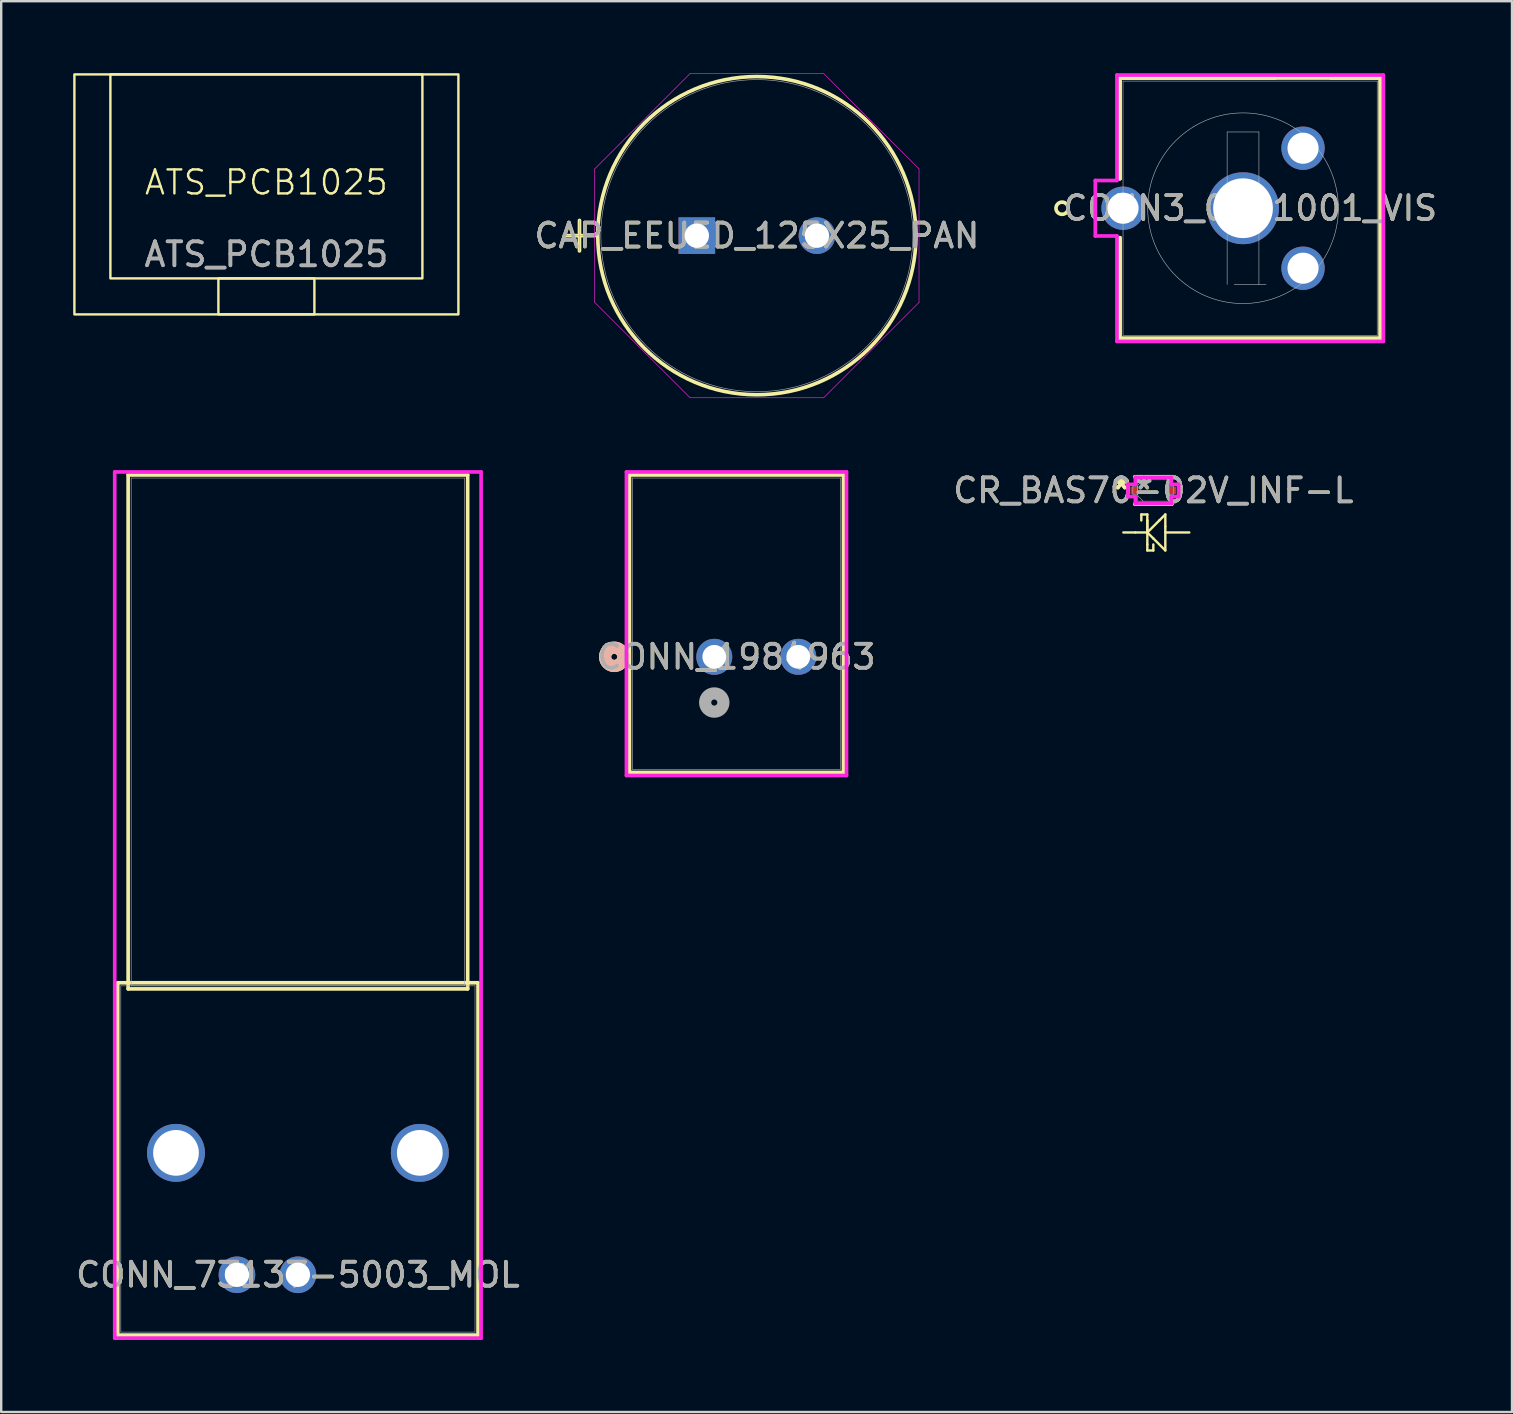
<source format=kicad_pcb>
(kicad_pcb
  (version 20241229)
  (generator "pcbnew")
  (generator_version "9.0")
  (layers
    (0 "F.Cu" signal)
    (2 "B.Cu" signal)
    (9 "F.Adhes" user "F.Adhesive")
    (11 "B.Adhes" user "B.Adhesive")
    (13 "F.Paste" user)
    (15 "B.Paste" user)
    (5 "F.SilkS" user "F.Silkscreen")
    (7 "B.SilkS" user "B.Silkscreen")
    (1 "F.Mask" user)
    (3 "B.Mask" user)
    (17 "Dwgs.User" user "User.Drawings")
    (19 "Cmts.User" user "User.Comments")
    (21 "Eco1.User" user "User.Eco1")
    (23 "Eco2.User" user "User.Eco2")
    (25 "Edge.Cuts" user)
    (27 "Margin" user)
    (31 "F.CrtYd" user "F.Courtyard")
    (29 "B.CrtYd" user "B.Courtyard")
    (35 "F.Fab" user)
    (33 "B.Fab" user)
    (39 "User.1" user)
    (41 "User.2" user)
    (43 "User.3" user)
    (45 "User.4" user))
  (footprint "CONN_1984963"
    (layer "F.Cu")
    (at 28.562 24.318)
    (property "Reference" "CONN_1984963" (at -0.925 0 0) (unlocked yes) (layer "F.SilkS") (effects (font (size 1 1) (thickness 0.15))))
    (attr through_hole)
    (fp_line (start -5.383 -7.577) (end -5.383 4.818) (stroke (width 0.152) (type solid)) (layer "F.SilkS"))
    (fp_line (start -5.383 4.818) (end 3.533 4.818) (stroke (width 0.152) (type solid)) (layer "F.SilkS"))
    (fp_line (start 3.533 -7.577) (end -5.383 -7.577) (stroke (width 0.152) (type solid)) (layer "F.SilkS"))
    (fp_line (start 3.533 4.818) (end 3.533 -7.577) (stroke (width 0.152) (type solid)) (layer "F.SilkS"))
    (fp_circle (center -6.018 0) (end -5.637 0) (stroke (width 0.508) (type solid)) (fill no) (layer "F.SilkS"))
    (fp_circle (center -6.018 0) (end -5.637 0) (stroke (width 0.508) (type solid)) (fill no) (layer "B.SilkS"))
    (fp_line (start -5.51 -7.704) (end -5.51 4.945) (stroke (width 0.152) (type solid)) (layer "F.CrtYd"))
    (fp_line (start -5.51 4.945) (end 3.66 4.945) (stroke (width 0.152) (type solid)) (layer "F.CrtYd"))
    (fp_line (start 3.66 -7.704) (end -5.51 -7.704) (stroke (width 0.152) (type solid)) (layer "F.CrtYd"))
    (fp_line (start 3.66 4.945) (end 3.66 -7.704) (stroke (width 0.152) (type solid)) (layer "F.CrtYd"))
    (fp_line (start -5.256 -7.45) (end -5.256 4.691) (stroke (width 0.025) (type solid)) (layer "F.Fab"))
    (fp_line (start -5.256 4.691) (end 3.406 4.691) (stroke (width 0.025) (type solid)) (layer "F.Fab"))
    (fp_line (start 3.406 -7.45) (end -5.256 -7.45) (stroke (width 0.025) (type solid)) (layer "F.Fab"))
    (fp_line (start 3.406 4.691) (end 3.406 -7.45) (stroke (width 0.025) (type solid)) (layer "F.Fab"))
    (fp_circle (center -1.85 1.905) (end -1.469 1.905) (stroke (width 0.508) (type solid)) (fill no) (layer "F.Fab"))
    (fp_text user "${REFERENCE}" (at -0.925 0 0) (unlocked yes) (layer "F.Fab") (effects (font (size 1 1) (thickness 0.15))))
    (pad "1" thru_hole circle (at -1.85 0) (size 1.499 1.499) (drill 0.991) (layers "*.Cu" "*.Mask"))
    (pad "2" thru_hole circle (at 1.65 0) (size 1.499 1.499) (drill 0.991) (layers "*.Cu" "*.Mask")))
  (footprint "CR_BAS70-02V_INF-L"
    (layer "F.Cu")
    (at 45.006 17.386)
    (property "Reference" "CR_BAS70-02V_INF-L" (at 0 0 0) (unlocked yes) (layer "F.SilkS") (effects (font (size 1 1) (thickness 0.15))))
    (attr smd)
    (fp_line (start -0.775 0.572) (end 0.775 0.572) (stroke (width 0.152) (type solid)) (layer "F.SilkS"))
    (fp_line (start -0.75 1.75) (end -1.25 1.75) (stroke (width 0.1) (type default)) (layer "F.SilkS"))
    (fp_line (start -0.5 1) (end -0.5 1.25) (stroke (width 0.1) (type default)) (layer "F.SilkS"))
    (fp_line (start -0.25 1) (end -0.5 1) (stroke (width 0.1) (type default)) (layer "F.SilkS"))
    (fp_line (start -0.25 1.25) (end -0.25 1) (stroke (width 0.1) (type default)) (layer "F.SilkS"))
    (fp_line (start -0.25 1.25) (end -0.25 2.25) (stroke (width 0.1) (type default)) (layer "F.SilkS"))
    (fp_line (start -0.25 1.75) (end -0.75 1.75) (stroke (width 0.1) (type default)) (layer "F.SilkS"))
    (fp_line (start -0.25 1.75) (end -0.25 1.25) (stroke (width 0.1) (type default)) (layer "F.SilkS"))
    (fp_line (start -0.25 1.75) (end 0 2) (stroke (width 0.1) (type default)) (layer "F.SilkS"))
    (fp_line (start -0.25 1.75) (end 0.25 1.25) (stroke (width 0.1) (type default)) (layer "F.SilkS"))
    (fp_line (start -0.25 2.25) (end -0.25 2.5) (stroke (width 0.1) (type default)) (layer "F.SilkS"))
    (fp_line (start -0.25 2.5) (end 0 2.5) (stroke (width 0.1) (type default)) (layer "F.SilkS"))
    (fp_line (start 0 2.5) (end 0 2.25) (stroke (width 0.1) (type default)) (layer "F.SilkS"))
    (fp_line (start 0.5 1) (end 0.25 1.25) (stroke (width 0.1) (type default)) (layer "F.SilkS"))
    (fp_line (start 0.5 1.5) (end 0.5 1) (stroke (width 0.1) (type default)) (layer "F.SilkS"))
    (fp_line (start 0.5 1.5) (end 0.5 2.5) (stroke (width 0.1) (type default)) (layer "F.SilkS"))
    (fp_line (start 0.5 1.75) (end 1.5 1.75) (stroke (width 0.1) (type default)) (layer "F.SilkS"))
    (fp_line (start 0.5 2.5) (end 0 2) (stroke (width 0.1) (type default)) (layer "F.SilkS"))
    (fp_line (start 0.775 -0.572) (end -0.775 -0.572) (stroke (width 0.152) (type solid)) (layer "F.SilkS"))
    (fp_line (start -1.054 -0.254) (end -0.749 -0.254) (stroke (width 0.152) (type solid)) (layer "F.CrtYd"))
    (fp_line (start -1.054 0.254) (end -1.054 -0.254) (stroke (width 0.152) (type solid)) (layer "F.CrtYd"))
    (fp_line (start -0.749 -0.546) (end 0.749 -0.546) (stroke (width 0.152) (type solid)) (layer "F.CrtYd"))
    (fp_line (start -0.749 -0.254) (end -0.749 -0.546) (stroke (width 0.152) (type solid)) (layer "F.CrtYd"))
    (fp_line (start -0.749 0.254) (end -1.054 0.254) (stroke (width 0.152) (type solid)) (layer "F.CrtYd"))
    (fp_line (start -0.749 0.546) (end -0.749 0.254) (stroke (width 0.152) (type solid)) (layer "F.CrtYd"))
    (fp_line (start 0.749 -0.546) (end 0.749 -0.254) (stroke (width 0.152) (type solid)) (layer "F.CrtYd"))
    (fp_line (start 0.749 -0.254) (end 1.054 -0.254) (stroke (width 0.152) (type solid)) (layer "F.CrtYd"))
    (fp_line (start 0.749 0.254) (end 0.749 0.546) (stroke (width 0.152) (type solid)) (layer "F.CrtYd"))
    (fp_line (start 0.749 0.546) (end -0.749 0.546) (stroke (width 0.152) (type solid)) (layer "F.CrtYd"))
    (fp_line (start 1.054 -0.254) (end 1.054 0.254) (stroke (width 0.152) (type solid)) (layer "F.CrtYd"))
    (fp_line (start 1.054 0.254) (end 0.749 0.254) (stroke (width 0.152) (type solid)) (layer "F.CrtYd"))
    (fp_line (start -0.851 -0.178) (end -0.851 0.178) (stroke (width 0.025) (type solid)) (layer "F.Fab"))
    (fp_line (start -0.851 0.178) (end -0.648 0.178) (stroke (width 0.025) (type solid)) (layer "F.Fab"))
    (fp_line (start -0.648 -0.445) (end -0.648 0.445) (stroke (width 0.025) (type solid)) (layer "F.Fab"))
    (fp_line (start -0.648 -0.222) (end -0.425 -0.445) (stroke (width 0.025) (type solid)) (layer "F.Fab"))
    (fp_line (start -0.648 -0.178) (end -0.851 -0.178) (stroke (width 0.025) (type solid)) (layer "F.Fab"))
    (fp_line (start -0.648 0.178) (end -0.648 -0.178) (stroke (width 0.025) (type solid)) (layer "F.Fab"))
    (fp_line (start -0.648 0.222) (end -0.425 0.445) (stroke (width 0.025) (type solid)) (layer "F.Fab"))
    (fp_line (start -0.648 0.445) (end 0.648 0.445) (stroke (width 0.025) (type solid)) (layer "F.Fab"))
    (fp_line (start 0.648 -0.445) (end -0.648 -0.445) (stroke (width 0.025) (type solid)) (layer "F.Fab"))
    (fp_line (start 0.648 -0.178) (end 0.648 0.178) (stroke (width 0.025) (type solid)) (layer "F.Fab"))
    (fp_line (start 0.648 0.178) (end 0.851 0.178) (stroke (width 0.025) (type solid)) (layer "F.Fab"))
    (fp_line (start 0.648 0.445) (end 0.648 -0.445) (stroke (width 0.025) (type solid)) (layer "F.Fab"))
    (fp_line (start 0.851 -0.178) (end 0.648 -0.178) (stroke (width 0.025) (type solid)) (layer "F.Fab"))
    (fp_line (start 0.851 0.178) (end 0.851 -0.178) (stroke (width 0.025) (type solid)) (layer "F.Fab"))
    (fp_text user "*" (at -1.333 0 0) (layer "F.SilkS") (effects (font (size 1 1) (thickness 0.15))))
    (fp_text user "*" (at -1.333 0 0) (unlocked yes) (layer "F.SilkS") (effects (font (size 1 1) (thickness 0.15))))
    (fp_text user "${REFERENCE}" (at 0 0 0) (unlocked yes) (layer "F.Fab") (effects (font (size 1 1) (thickness 0.15))))
    (fp_text user "*" (at -0.394 0 0) (layer "F.Fab") (effects (font (size 1 1) (thickness 0.15))))
    (fp_text user "*" (at -0.394 0 0) (unlocked yes) (layer "F.Fab") (effects (font (size 1 1) (thickness 0.15))))
    (pad "1" smd rect (at -0.8 0) (size 0.305 0.305) (layers "F.Cu" "F.Mask" "F.Paste"))
    (pad "2" smd rect (at 0.8 0) (size 0.305 0.305) (layers "F.Cu" "F.Mask" "F.Paste"))
    (zone (net_name "") (layer "F.Cu") (hatch full 0.508) (connect_pads) (min_thickness 0.254) (filled_areas_thickness no) (keepout (tracks not_allowed) (vias not_allowed) (pads allowed) (copperpour not_allowed) (footprints allowed)) (placement (enabled no)) (fill) (polygon (pts (xy 44.409 16.993) (xy 45.603 16.993) (xy 45.603 17.78) (xy 44.409 17.78)))))
  (footprint "CONN3_0801001_VIS"
    (layer "F.Cu")
    (at 43.744 5.626)
    (property "Reference" "CONN3_0801001_VIS" (at 5.296 0 0) (unlocked yes) (layer "F.SilkS") (effects (font (size 1 1) (thickness 0.15))))
    (attr through_hole)
    (fp_line (start -0.127 -5.423) (end -0.127 -1.228) (stroke (width 0.152) (type solid)) (layer "F.SilkS"))
    (fp_line (start -0.127 -5.423) (end 10.719 -5.423) (stroke (width 0.152) (type solid)) (layer "F.SilkS"))
    (fp_line (start -0.127 -1.228) (end -0.127 -5.423) (stroke (width 0.152) (type solid)) (layer "F.SilkS"))
    (fp_line (start -0.127 1.228) (end -0.127 5.423) (stroke (width 0.152) (type solid)) (layer "F.SilkS"))
    (fp_line (start -0.127 5.423) (end -0.127 1.228) (stroke (width 0.152) (type solid)) (layer "F.SilkS"))
    (fp_line (start -0.127 5.423) (end 10.719 5.423) (stroke (width 0.152) (type solid)) (layer "F.SilkS"))
    (fp_line (start 6.34 -5.423) (end -0.127 -5.423) (stroke (width 0.152) (type solid)) (layer "F.SilkS"))
    (fp_line (start 10.719 -5.423) (end 8.66 -5.423) (stroke (width 0.152) (type solid)) (layer "F.SilkS"))
    (fp_line (start 10.719 -5.423) (end 10.719 5.423) (stroke (width 0.152) (type solid)) (layer "F.SilkS"))
    (fp_line (start 10.719 5.423) (end -0.127 5.423) (stroke (width 0.152) (type solid)) (layer "F.SilkS"))
    (fp_line (start 10.719 5.423) (end 10.719 -5.423) (stroke (width 0.152) (type solid)) (layer "F.SilkS"))
    (fp_circle (center -2.54 0) (end -2.286 0) (stroke (width 0.152) (type solid)) (fill no) (layer "F.SilkS"))
    (fp_line (start -1.156 -1.156) (end -1.156 1.156) (stroke (width 0.152) (type solid)) (layer "F.CrtYd"))
    (fp_line (start -1.156 1.156) (end -0.254 1.156) (stroke (width 0.152) (type solid)) (layer "F.CrtYd"))
    (fp_line (start -0.254 -5.55) (end -0.254 -1.156) (stroke (width 0.152) (type solid)) (layer "F.CrtYd"))
    (fp_line (start -0.254 -1.156) (end -1.156 -1.156) (stroke (width 0.152) (type solid)) (layer "F.CrtYd"))
    (fp_line (start -0.254 1.156) (end -0.254 5.55) (stroke (width 0.152) (type solid)) (layer "F.CrtYd"))
    (fp_line (start -0.254 5.55) (end 10.846 5.55) (stroke (width 0.152) (type solid)) (layer "F.CrtYd"))
    (fp_line (start 10.846 -5.55) (end -0.254 -5.55) (stroke (width 0.152) (type solid)) (layer "F.CrtYd"))
    (fp_line (start 10.846 5.55) (end 10.846 -5.55) (stroke (width 0.152) (type solid)) (layer "F.CrtYd"))
    (fp_line (start 0 -5.296) (end 0 5.296) (stroke (width 0.025) (type solid)) (layer "F.Fab"))
    (fp_line (start 0 5.296) (end 10.592 5.296) (stroke (width 0.025) (type solid)) (layer "F.Fab"))
    (fp_line (start 4.338 -3.178) (end 4.338 3.178) (stroke (width 0.025) (type solid)) (layer "F.Fab"))
    (fp_line (start 4.338 -3.178) (end 5.662 -3.178) (stroke (width 0.025) (type solid)) (layer "F.Fab"))
    (fp_line (start 4.634 3.178) (end 5.958 3.178) (stroke (width 0.025) (type solid)) (layer "F.Fab"))
    (fp_line (start 5.662 -3.178) (end 5.662 3.178) (stroke (width 0.025) (type solid)) (layer "F.Fab"))
    (fp_line (start 10.592 -5.296) (end 0 -5.296) (stroke (width 0.025) (type solid)) (layer "F.Fab"))
    (fp_line (start 10.592 5.296) (end 10.592 -5.296) (stroke (width 0.025) (type solid)) (layer "F.Fab"))
    (fp_circle (center 0.178 0) (end 0.432 0) (stroke (width 0.025) (type solid)) (fill no) (layer "F.Fab"))
    (fp_circle (center 5 0) (end 8.972 0) (stroke (width 0.025) (type solid)) (fill no) (layer "F.Fab"))
    (fp_text user "${REFERENCE}" (at 5.296 0 0) (unlocked yes) (layer "F.Fab") (effects (font (size 1 1) (thickness 0.15))))
    (pad "1" thru_hole circle (at 0 0) (size 1.803 1.803) (drill 1.295) (layers "*.Cu" "*.Mask"))
    (pad "2" thru_hole circle (at 7.5 -2.5) (size 1.803 1.803) (drill 1.295) (layers "*.Cu" "*.Mask"))
    (pad "3" thru_hole circle (at 7.5 2.5) (size 1.803 1.803) (drill 1.295) (layers "*.Cu" "*.Mask"))
    (pad "4" thru_hole circle (at 5 0) (size 2.997 2.997) (drill 2.489) (layers "*.Cu" "*.Mask")))
  (footprint "CONN_73137-5003_MOL"
    (layer "F.Cu")
    (at 9.363 50.067)
    (property "Reference" "CONN_73137-5003_MOL" (at 0 0 0) (unlocked yes) (layer "F.SilkS") (effects (font (size 1 1) (thickness 0.15))))
    (attr through_hole)
    (fp_line (start -7.506 -12.167) (end -7.506 2.514) (stroke (width 0.152) (type solid)) (layer "F.SilkS"))
    (fp_line (start -7.506 2.514) (end 7.506 2.514) (stroke (width 0.152) (type solid)) (layer "F.SilkS"))
    (fp_line (start -7.074 -33.325) (end -7.074 -11.913) (stroke (width 0.152) (type solid)) (layer "F.SilkS"))
    (fp_line (start -7.074 -11.913) (end 7.074 -11.913) (stroke (width 0.152) (type solid)) (layer "F.SilkS"))
    (fp_line (start 7.074 -33.325) (end -7.074 -33.325) (stroke (width 0.152) (type solid)) (layer "F.SilkS"))
    (fp_line (start 7.074 -11.913) (end 7.074 -33.325) (stroke (width 0.152) (type solid)) (layer "F.SilkS"))
    (fp_line (start 7.506 -12.167) (end -7.506 -12.167) (stroke (width 0.152) (type solid)) (layer "F.SilkS"))
    (fp_line (start 7.506 2.514) (end 7.506 -12.167) (stroke (width 0.152) (type solid)) (layer "F.SilkS"))
    (fp_line (start -7.633 -33.452) (end -7.633 2.641) (stroke (width 0.152) (type solid)) (layer "F.CrtYd"))
    (fp_line (start -7.633 2.641) (end 7.633 2.641) (stroke (width 0.152) (type solid)) (layer "F.CrtYd"))
    (fp_line (start 7.633 -33.452) (end -7.633 -33.452) (stroke (width 0.152) (type solid)) (layer "F.CrtYd"))
    (fp_line (start 7.633 2.641) (end 7.633 -33.452) (stroke (width 0.152) (type solid)) (layer "F.CrtYd"))
    (fp_line (start -7.379 -12.04) (end -7.379 2.387) (stroke (width 0.025) (type solid)) (layer "F.Fab"))
    (fp_line (start -7.379 2.387) (end 7.379 2.387) (stroke (width 0.025) (type solid)) (layer "F.Fab"))
    (fp_line (start -6.947 -33.198) (end -6.947 -12.04) (stroke (width 0.025) (type solid)) (layer "F.Fab"))
    (fp_line (start -6.947 -12.04) (end 6.947 -12.04) (stroke (width 0.025) (type solid)) (layer "F.Fab"))
    (fp_line (start 6.947 -33.198) (end -6.947 -33.198) (stroke (width 0.025) (type solid)) (layer "F.Fab"))
    (fp_line (start 6.947 -12.04) (end 6.947 -33.198) (stroke (width 0.025) (type solid)) (layer "F.Fab"))
    (fp_line (start 7.379 -12.04) (end -7.379 -12.04) (stroke (width 0.025) (type solid)) (layer "F.Fab"))
    (fp_line (start 7.379 2.387) (end 7.379 -12.04) (stroke (width 0.025) (type solid)) (layer "F.Fab"))
    (fp_text user "*" (at -2.54 0 0) (unlocked yes) (layer "F.SilkS") (effects (font (size 1 1) (thickness 0.15))))
    (fp_text user "*" (at -2.54 0 0) (layer "F.SilkS") (effects (font (size 1 1) (thickness 0.15))))
    (fp_text user "*" (at -2.54 0 0) (unlocked yes) (layer "F.Fab") (effects (font (size 1 1) (thickness 0.15))))
    (fp_text user "${REFERENCE}" (at 0 0 0) (unlocked yes) (layer "F.Fab") (effects (font (size 1 1) (thickness 0.15))))
    (fp_text user "*" (at -2.54 0 0) (layer "F.Fab") (effects (font (size 1 1) (thickness 0.15))))
    (pad "1" thru_hole circle (at 0 0) (size 1.524 1.524) (drill 1.016) (layers "*.Cu" "*.Mask"))
    (pad "2" thru_hole circle (at -2.54 0) (size 1.524 1.524) (drill 1.016) (layers "*.Cu" "*.Mask"))
    (pad "3" thru_hole circle (at -5.08 -5.08) (size 2.413 2.413) (drill 1.905) (layers "*.Cu" "*.Mask"))
    (pad "4" thru_hole circle (at 5.08 -5.08) (size 2.413 2.413) (drill 1.905) (layers "*.Cu" "*.Mask")))
  (footprint "CAP_EEUED_125X25_PAN"
    (layer "F.Cu")
    (at 25.985 6.769)
    (property "Reference" "CAP_EEUED_125X25_PAN" (at 2.502 0 0) (unlocked yes) (layer "F.SilkS") (effects (font (size 1 1) (thickness 0.15))))
    (attr through_hole)
    (fp_line (start -5.524 0) (end -4.255 0) (stroke (width 0.152) (type solid)) (layer "F.SilkS"))
    (fp_line (start -4.889 -0.635) (end -4.889 0.635) (stroke (width 0.152) (type solid)) (layer "F.SilkS"))
    (fp_circle (center 2.502 0) (end 9.131 0) (stroke (width 0.152) (type solid)) (fill no) (layer "F.SilkS"))
    (fp_line (start -4.255 -2.782) (end -0.28 -6.756) (stroke (width 0.025) (type solid)) (layer "F.CrtYd"))
    (fp_line (start -4.255 2.782) (end -4.255 -2.782) (stroke (width 0.025) (type solid)) (layer "F.CrtYd"))
    (fp_line (start -0.28 -6.756) (end 5.284 -6.756) (stroke (width 0.025) (type solid)) (layer "F.CrtYd"))
    (fp_line (start -0.28 6.756) (end -4.255 2.782) (stroke (width 0.025) (type solid)) (layer "F.CrtYd"))
    (fp_line (start 5.284 -6.756) (end 9.258 -2.782) (stroke (width 0.025) (type solid)) (layer "F.CrtYd"))
    (fp_line (start 5.284 6.756) (end -0.28 6.756) (stroke (width 0.025) (type solid)) (layer "F.CrtYd"))
    (fp_line (start 9.258 -2.782) (end 9.258 2.782) (stroke (width 0.025) (type solid)) (layer "F.CrtYd"))
    (fp_line (start 9.258 2.782) (end 5.284 6.756) (stroke (width 0.025) (type solid)) (layer "F.CrtYd"))
    (fp_line (start -5.524 0) (end -4.255 0) (stroke (width 0.025) (type solid)) (layer "F.Fab"))
    (fp_line (start -4.889 -0.635) (end -4.889 0.635) (stroke (width 0.025) (type solid)) (layer "F.Fab"))
    (fp_circle (center 2.502 0) (end 9.004 0) (stroke (width 0.025) (type solid)) (fill no) (layer "F.Fab"))
    (fp_text user "${REFERENCE}" (at 2.502 0 0) (unlocked yes) (layer "F.Fab") (effects (font (size 1 1) (thickness 0.15))))
    (pad "1" thru_hole rect (at 0 0) (size 1.524 1.524) (drill 1.016) (layers "*.Cu" "*.Mask"))
    (pad "2" thru_hole circle (at 5.004 0) (size 1.524 1.524) (drill 1.016) (layers "*.Cu" "*.Mask")))
  (footprint "ATS_PCB1025"
    (layer "F.Cu")
    (at 8.05 5.05)
    (property "Reference" "ATS_PCB1025" (at 0 -0.5 0) (unlocked yes) (layer "F.SilkS") (effects (font (size 1 1) (thickness 0.1))))
    (fp_rect (start -8 -5) (end 8 5) (stroke (width 0.1) (type default)) (fill no) (layer "F.SilkS"))
    (fp_rect (start -6.5 -5) (end 6.5 3.5) (stroke (width 0.1) (type default)) (fill no) (layer "F.SilkS"))
    (fp_rect (start -2 3.5) (end 2 5) (stroke (width 0.1) (type default)) (fill no) (layer "F.SilkS"))
    (fp_text user "${REFERENCE}" (at 0 2.5 0) (unlocked yes) (layer "F.Fab") (effects (font (size 1 1) (thickness 0.15))))
    (fp_text user "${REFERENCE}" (at 0 2.5 0) (unlocked yes) (layer "F.Fab") (effects (font (size 1 1) (thickness 0.15)))))
  (gr_rect
    (start -3 -3)
    (end 59.951 55.784)
    (stroke (width 0.1) (type default))
    (fill no)
    (layer "Edge.Cuts")))
</source>
